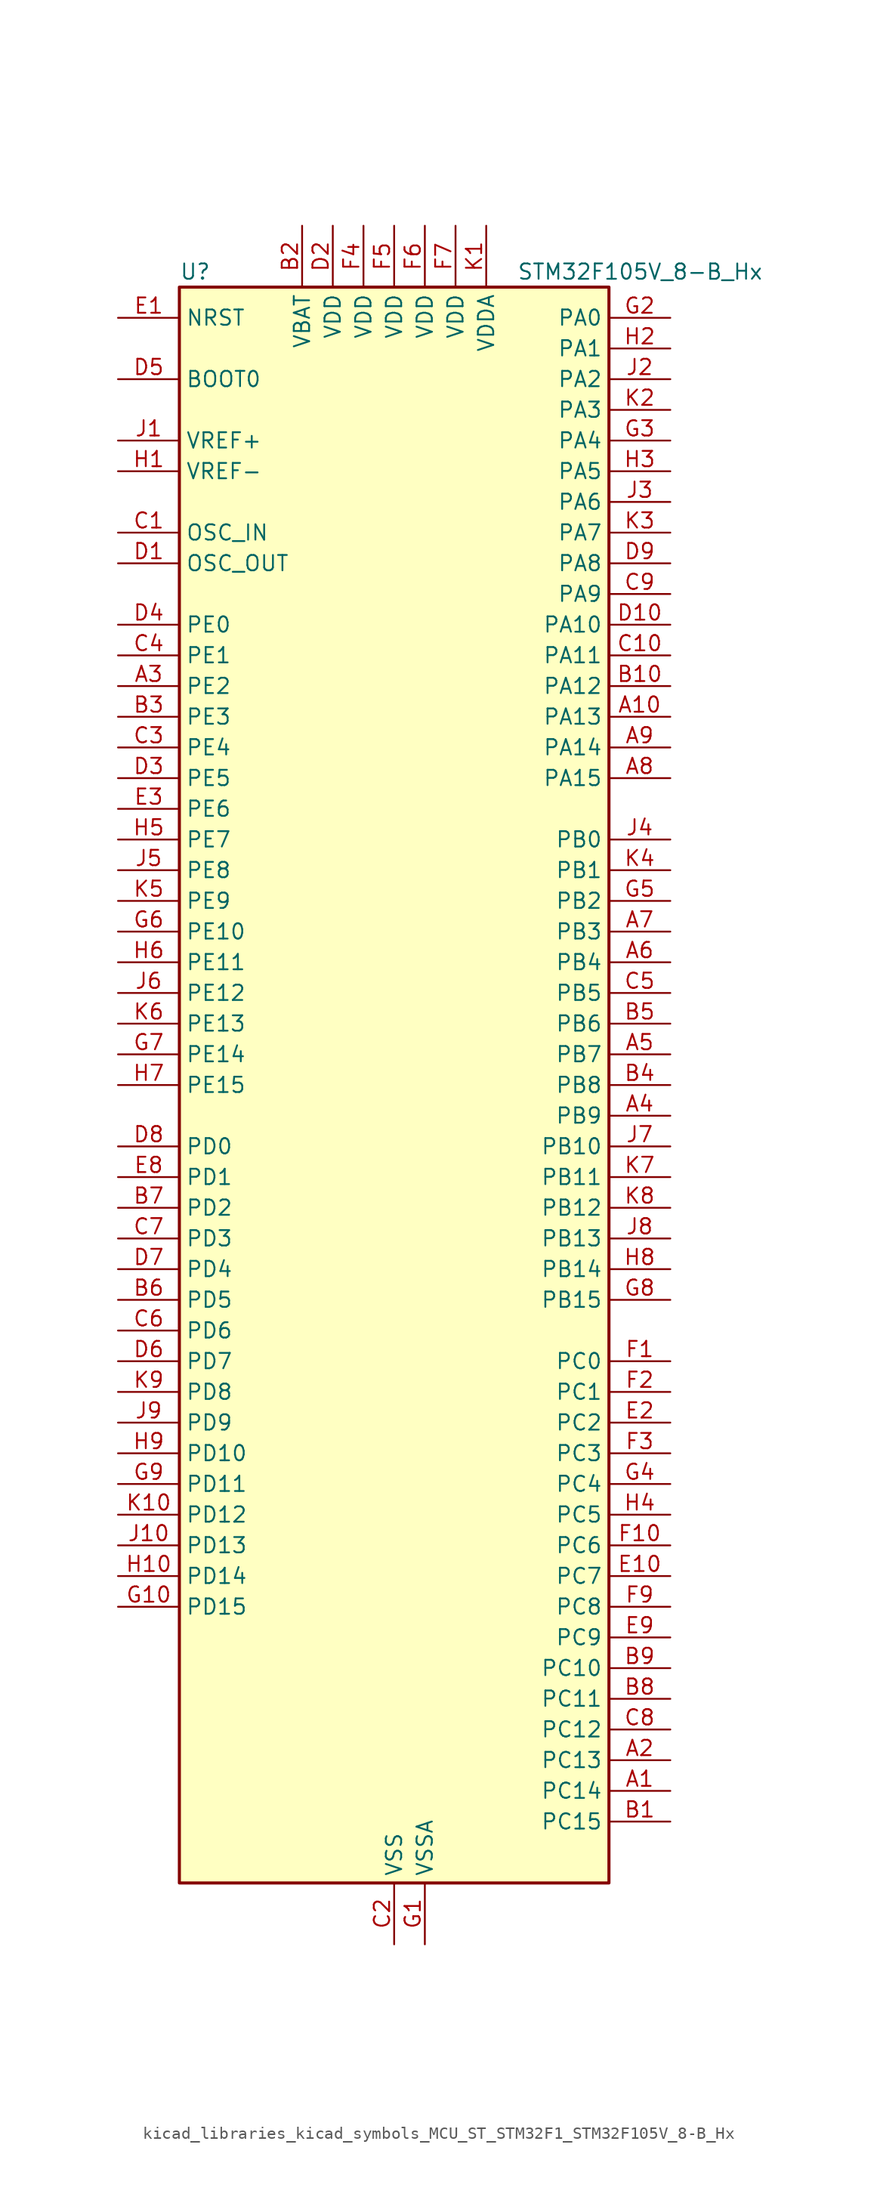
<source format=kicad_sym>
(kicad_symbol_lib
  (version 20220914)
  (generator kicad_symbol_editor)
  (symbol "kicad_libraries_kicad_symbols_MCU_ST_STM32F1_STM32F105V_8-B_Hx"
    (property "Reference" "U"
      (at -17.78 67.31 0)
      (effects (font (size 1.27 1.27)) (justify left)))
    (property "Value" "STM32F105V_8-B_Hx"
      (at 10.16 67.31 0)
      (effects (font (size 1.27 1.27)) (justify left)))
    (property "ki_locked" ""
      (at 0 0 0)
      (effects (font (size 1.27 1.27))))
    (symbol "kicad_libraries_kicad_symbols_MCU_ST_STM32F1_STM32F105V_8-B_Hx_0_1"
      (rectangle (start -17.78 -66.04) (end 17.78 66.04) (stroke (width 0.254) (type default)) (fill (type background))))
    (symbol "kicad_libraries_kicad_symbols_MCU_ST_STM32F1_STM32F105V_8-B_Hx_1_1"
      (pin bidirectional line (at 22.86 -58.42 180) (length 5.08) (name "PC14" (effects (font (size 1.27 1.27)))) (number "A1" (effects (font (size 1.27 1.27)))) (alternate "RCC_OSC32_IN" bidirectional line))
      (pin bidirectional line (at 22.86 30.48 180) (length 5.08) (name "PA13" (effects (font (size 1.27 1.27)))) (number "A10" (effects (font (size 1.27 1.27)))) (alternate "SYS_JTMS-SWDIO" bidirectional line))
      (pin bidirectional line (at 22.86 -55.88 180) (length 5.08) (name "PC13" (effects (font (size 1.27 1.27)))) (number "A2" (effects (font (size 1.27 1.27)))) (alternate "RTC_OUT" bidirectional line) (alternate "RTC_TAMPER" bidirectional line))
      (pin bidirectional line (at -22.86 33.02 0) (length 5.08) (name "PE2" (effects (font (size 1.27 1.27)))) (number "A3" (effects (font (size 1.27 1.27)))) (alternate "SYS_TRACECLK" bidirectional line))
      (pin bidirectional line (at 22.86 -2.54 180) (length 5.08) (name "PB9" (effects (font (size 1.27 1.27)))) (number "A4" (effects (font (size 1.27 1.27)))) (alternate "CAN1_TX" bidirectional line) (alternate "DAC_EXTI9" bidirectional line) (alternate "I2C1_SDA" bidirectional line) (alternate "TIM4_CH4" bidirectional line))
      (pin bidirectional line (at 22.86 2.54 180) (length 5.08) (name "PB7" (effects (font (size 1.27 1.27)))) (number "A5" (effects (font (size 1.27 1.27)))) (alternate "I2C1_SDA" bidirectional line) (alternate "TIM4_CH2" bidirectional line) (alternate "USART1_RX" bidirectional line))
      (pin bidirectional line (at 22.86 10.16 180) (length 5.08) (name "PB4" (effects (font (size 1.27 1.27)))) (number "A6" (effects (font (size 1.27 1.27)))) (alternate "SPI1_MISO" bidirectional line) (alternate "SPI3_MISO" bidirectional line) (alternate "SYS_NJTRST" bidirectional line) (alternate "TIM3_CH1" bidirectional line))
      (pin bidirectional line (at 22.86 12.7 180) (length 5.08) (name "PB3" (effects (font (size 1.27 1.27)))) (number "A7" (effects (font (size 1.27 1.27)))) (alternate "I2S3_CK" bidirectional line) (alternate "SPI1_SCK" bidirectional line) (alternate "SPI3_SCK" bidirectional line) (alternate "SYS_JTDO" bidirectional line) (alternate "SYS_TRACESWO" bidirectional line) (alternate "TIM2_CH2" bidirectional line))
      (pin bidirectional line (at 22.86 25.4 180) (length 5.08) (name "PA15" (effects (font (size 1.27 1.27)))) (number "A8" (effects (font (size 1.27 1.27)))) (alternate "ADC1_EXTI15" bidirectional line) (alternate "ADC2_EXTI15" bidirectional line) (alternate "I2S3_WS" bidirectional line) (alternate "SPI1_NSS" bidirectional line) (alternate "SPI3_NSS" bidirectional line) (alternate "SYS_JTDI" bidirectional line) (alternate "TIM2_CH1" bidirectional line) (alternate "TIM2_ETR" bidirectional line))
      (pin bidirectional line (at 22.86 27.94 180) (length 5.08) (name "PA14" (effects (font (size 1.27 1.27)))) (number "A9" (effects (font (size 1.27 1.27)))) (alternate "SYS_JTCK-SWCLK" bidirectional line))
      (pin bidirectional line (at 22.86 -60.96 180) (length 5.08) (name "PC15" (effects (font (size 1.27 1.27)))) (number "B1" (effects (font (size 1.27 1.27)))) (alternate "ADC1_EXTI15" bidirectional line) (alternate "ADC2_EXTI15" bidirectional line) (alternate "RCC_OSC32_OUT" bidirectional line))
      (pin bidirectional line (at 22.86 33.02 180) (length 5.08) (name "PA12" (effects (font (size 1.27 1.27)))) (number "B10" (effects (font (size 1.27 1.27)))) (alternate "CAN1_TX" bidirectional line) (alternate "TIM1_ETR" bidirectional line) (alternate "USART1_RTS" bidirectional line) (alternate "USB_OTG_FS_DP" bidirectional line))
      (pin power_in line (at -7.62 71.12 270) (length 5.08) (name "VBAT" (effects (font (size 1.27 1.27)))) (number "B2" (effects (font (size 1.27 1.27)))))
      (pin bidirectional line (at -22.86 30.48 0) (length 5.08) (name "PE3" (effects (font (size 1.27 1.27)))) (number "B3" (effects (font (size 1.27 1.27)))) (alternate "SYS_TRACED0" bidirectional line))
      (pin bidirectional line (at 22.86 0 180) (length 5.08) (name "PB8" (effects (font (size 1.27 1.27)))) (number "B4" (effects (font (size 1.27 1.27)))) (alternate "CAN1_RX" bidirectional line) (alternate "I2C1_SCL" bidirectional line) (alternate "TIM4_CH3" bidirectional line))
      (pin bidirectional line (at 22.86 5.08 180) (length 5.08) (name "PB6" (effects (font (size 1.27 1.27)))) (number "B5" (effects (font (size 1.27 1.27)))) (alternate "CAN2_TX" bidirectional line) (alternate "I2C1_SCL" bidirectional line) (alternate "TIM4_CH1" bidirectional line) (alternate "USART1_TX" bidirectional line))
      (pin bidirectional line (at -22.86 -17.78 0) (length 5.08) (name "PD5" (effects (font (size 1.27 1.27)))) (number "B6" (effects (font (size 1.27 1.27)))) (alternate "USART2_TX" bidirectional line))
      (pin bidirectional line (at -22.86 -10.16 0) (length 5.08) (name "PD2" (effects (font (size 1.27 1.27)))) (number "B7" (effects (font (size 1.27 1.27)))) (alternate "TIM3_ETR" bidirectional line) (alternate "UART5_RX" bidirectional line))
      (pin bidirectional line (at 22.86 -50.8 180) (length 5.08) (name "PC11" (effects (font (size 1.27 1.27)))) (number "B8" (effects (font (size 1.27 1.27)))) (alternate "ADC1_EXTI11" bidirectional line) (alternate "ADC2_EXTI11" bidirectional line) (alternate "SPI3_MISO" bidirectional line) (alternate "UART4_RX" bidirectional line) (alternate "USART3_RX" bidirectional line))
      (pin bidirectional line (at 22.86 -48.26 180) (length 5.08) (name "PC10" (effects (font (size 1.27 1.27)))) (number "B9" (effects (font (size 1.27 1.27)))) (alternate "I2S3_CK" bidirectional line) (alternate "SPI3_SCK" bidirectional line) (alternate "UART4_TX" bidirectional line) (alternate "USART3_TX" bidirectional line))
      (pin input line (at -22.86 45.72 0) (length 5.08) (name "OSC_IN" (effects (font (size 1.27 1.27)))) (number "C1" (effects (font (size 1.27 1.27)))) (alternate "RCC_OSC_IN" bidirectional line))
      (pin bidirectional line (at 22.86 35.56 180) (length 5.08) (name "PA11" (effects (font (size 1.27 1.27)))) (number "C10" (effects (font (size 1.27 1.27)))) (alternate "ADC1_EXTI11" bidirectional line) (alternate "ADC2_EXTI11" bidirectional line) (alternate "CAN1_RX" bidirectional line) (alternate "TIM1_CH4" bidirectional line) (alternate "USART1_CTS" bidirectional line) (alternate "USB_OTG_FS_DM" bidirectional line))
      (pin power_in line (at 0 -71.12 90) (length 5.08) (name "VSS" (effects (font (size 1.27 1.27)))) (number "C2" (effects (font (size 1.27 1.27)))))
      (pin bidirectional line (at -22.86 27.94 0) (length 5.08) (name "PE4" (effects (font (size 1.27 1.27)))) (number "C3" (effects (font (size 1.27 1.27)))) (alternate "SYS_TRACED1" bidirectional line))
      (pin bidirectional line (at -22.86 35.56 0) (length 5.08) (name "PE1" (effects (font (size 1.27 1.27)))) (number "C4" (effects (font (size 1.27 1.27)))))
      (pin bidirectional line (at 22.86 7.62 180) (length 5.08) (name "PB5" (effects (font (size 1.27 1.27)))) (number "C5" (effects (font (size 1.27 1.27)))) (alternate "CAN2_RX" bidirectional line) (alternate "I2C1_SMBA" bidirectional line) (alternate "I2S3_SD" bidirectional line) (alternate "SPI1_MOSI" bidirectional line) (alternate "SPI3_MOSI" bidirectional line) (alternate "TIM3_CH2" bidirectional line))
      (pin bidirectional line (at -22.86 -20.32 0) (length 5.08) (name "PD6" (effects (font (size 1.27 1.27)))) (number "C6" (effects (font (size 1.27 1.27)))) (alternate "USART2_RX" bidirectional line))
      (pin bidirectional line (at -22.86 -12.7 0) (length 5.08) (name "PD3" (effects (font (size 1.27 1.27)))) (number "C7" (effects (font (size 1.27 1.27)))) (alternate "USART2_CTS" bidirectional line))
      (pin bidirectional line (at 22.86 -53.34 180) (length 5.08) (name "PC12" (effects (font (size 1.27 1.27)))) (number "C8" (effects (font (size 1.27 1.27)))) (alternate "I2S3_SD" bidirectional line) (alternate "SPI3_MOSI" bidirectional line) (alternate "UART5_TX" bidirectional line) (alternate "USART3_CK" bidirectional line))
      (pin bidirectional line (at 22.86 40.64 180) (length 5.08) (name "PA9" (effects (font (size 1.27 1.27)))) (number "C9" (effects (font (size 1.27 1.27)))) (alternate "DAC_EXTI9" bidirectional line) (alternate "TIM1_CH2" bidirectional line) (alternate "USART1_TX" bidirectional line) (alternate "USB_OTG_FS_VBUS" bidirectional line))
      (pin input line (at -22.86 43.18 0) (length 5.08) (name "OSC_OUT" (effects (font (size 1.27 1.27)))) (number "D1" (effects (font (size 1.27 1.27)))) (alternate "RCC_OSC_OUT" bidirectional line))
      (pin bidirectional line (at 22.86 38.1 180) (length 5.08) (name "PA10" (effects (font (size 1.27 1.27)))) (number "D10" (effects (font (size 1.27 1.27)))) (alternate "TIM1_CH3" bidirectional line) (alternate "USART1_RX" bidirectional line) (alternate "USB_OTG_FS_ID" bidirectional line))
      (pin power_in line (at -5.08 71.12 270) (length 5.08) (name "VDD" (effects (font (size 1.27 1.27)))) (number "D2" (effects (font (size 1.27 1.27)))))
      (pin bidirectional line (at -22.86 25.4 0) (length 5.08) (name "PE5" (effects (font (size 1.27 1.27)))) (number "D3" (effects (font (size 1.27 1.27)))) (alternate "SYS_TRACED2" bidirectional line))
      (pin bidirectional line (at -22.86 38.1 0) (length 5.08) (name "PE0" (effects (font (size 1.27 1.27)))) (number "D4" (effects (font (size 1.27 1.27)))) (alternate "TIM4_ETR" bidirectional line))
      (pin input line (at -22.86 58.42 0) (length 5.08) (name "BOOT0" (effects (font (size 1.27 1.27)))) (number "D5" (effects (font (size 1.27 1.27)))))
      (pin bidirectional line (at -22.86 -22.86 0) (length 5.08) (name "PD7" (effects (font (size 1.27 1.27)))) (number "D6" (effects (font (size 1.27 1.27)))) (alternate "USART2_CK" bidirectional line))
      (pin bidirectional line (at -22.86 -15.24 0) (length 5.08) (name "PD4" (effects (font (size 1.27 1.27)))) (number "D7" (effects (font (size 1.27 1.27)))) (alternate "USART2_RTS" bidirectional line))
      (pin bidirectional line (at -22.86 -5.08 0) (length 5.08) (name "PD0" (effects (font (size 1.27 1.27)))) (number "D8" (effects (font (size 1.27 1.27)))) (alternate "CAN1_RX" bidirectional line))
      (pin bidirectional line (at 22.86 43.18 180) (length 5.08) (name "PA8" (effects (font (size 1.27 1.27)))) (number "D9" (effects (font (size 1.27 1.27)))) (alternate "RCC_MCO" bidirectional line) (alternate "TIM1_CH1" bidirectional line) (alternate "USART1_CK" bidirectional line) (alternate "USB_OTG_FS_SOF" bidirectional line))
      (pin input line (at -22.86 63.5 0) (length 5.08) (name "NRST" (effects (font (size 1.27 1.27)))) (number "E1" (effects (font (size 1.27 1.27)))))
      (pin bidirectional line (at 22.86 -40.64 180) (length 5.08) (name "PC7" (effects (font (size 1.27 1.27)))) (number "E10" (effects (font (size 1.27 1.27)))) (alternate "I2S3_MCK" bidirectional line) (alternate "TIM3_CH2" bidirectional line))
      (pin bidirectional line (at 22.86 -27.94 180) (length 5.08) (name "PC2" (effects (font (size 1.27 1.27)))) (number "E2" (effects (font (size 1.27 1.27)))) (alternate "ADC1_IN12" bidirectional line) (alternate "ADC2_IN12" bidirectional line))
      (pin bidirectional line (at -22.86 22.86 0) (length 5.08) (name "PE6" (effects (font (size 1.27 1.27)))) (number "E3" (effects (font (size 1.27 1.27)))) (alternate "SYS_TRACED3" bidirectional line))
      (pin passive line (at 0 -71.12 90) (length 5.08) hide (name "VSS" (effects (font (size 1.27 1.27)))) (number "E4" (effects (font (size 1.27 1.27)))))
      (pin passive line (at 0 -71.12 90) (length 5.08) hide (name "VSS" (effects (font (size 1.27 1.27)))) (number "E5" (effects (font (size 1.27 1.27)))))
      (pin passive line (at 0 -71.12 90) (length 5.08) hide (name "VSS" (effects (font (size 1.27 1.27)))) (number "E6" (effects (font (size 1.27 1.27)))))
      (pin passive line (at 0 -71.12 90) (length 5.08) hide (name "VSS" (effects (font (size 1.27 1.27)))) (number "E7" (effects (font (size 1.27 1.27)))))
      (pin bidirectional line (at -22.86 -7.62 0) (length 5.08) (name "PD1" (effects (font (size 1.27 1.27)))) (number "E8" (effects (font (size 1.27 1.27)))) (alternate "CAN1_TX" bidirectional line))
      (pin bidirectional line (at 22.86 -45.72 180) (length 5.08) (name "PC9" (effects (font (size 1.27 1.27)))) (number "E9" (effects (font (size 1.27 1.27)))) (alternate "DAC_EXTI9" bidirectional line) (alternate "TIM3_CH4" bidirectional line))
      (pin bidirectional line (at 22.86 -22.86 180) (length 5.08) (name "PC0" (effects (font (size 1.27 1.27)))) (number "F1" (effects (font (size 1.27 1.27)))) (alternate "ADC1_IN10" bidirectional line) (alternate "ADC2_IN10" bidirectional line))
      (pin bidirectional line (at 22.86 -38.1 180) (length 5.08) (name "PC6" (effects (font (size 1.27 1.27)))) (number "F10" (effects (font (size 1.27 1.27)))) (alternate "I2S2_MCK" bidirectional line) (alternate "TIM3_CH1" bidirectional line))
      (pin bidirectional line (at 22.86 -25.4 180) (length 5.08) (name "PC1" (effects (font (size 1.27 1.27)))) (number "F2" (effects (font (size 1.27 1.27)))) (alternate "ADC1_IN11" bidirectional line) (alternate "ADC2_IN11" bidirectional line))
      (pin bidirectional line (at 22.86 -30.48 180) (length 5.08) (name "PC3" (effects (font (size 1.27 1.27)))) (number "F3" (effects (font (size 1.27 1.27)))) (alternate "ADC1_IN13" bidirectional line) (alternate "ADC2_IN13" bidirectional line))
      (pin power_in line (at -2.54 71.12 270) (length 5.08) (name "VDD" (effects (font (size 1.27 1.27)))) (number "F4" (effects (font (size 1.27 1.27)))))
      (pin power_in line (at 0 71.12 270) (length 5.08) (name "VDD" (effects (font (size 1.27 1.27)))) (number "F5" (effects (font (size 1.27 1.27)))))
      (pin power_in line (at 2.54 71.12 270) (length 5.08) (name "VDD" (effects (font (size 1.27 1.27)))) (number "F6" (effects (font (size 1.27 1.27)))))
      (pin power_in line (at 5.08 71.12 270) (length 5.08) (name "VDD" (effects (font (size 1.27 1.27)))) (number "F7" (effects (font (size 1.27 1.27)))))
      (pin no_connect line (at -17.78 -66.04 0) (length 5.08) hide (name "NC" (effects (font (size 1.27 1.27)))) (number "F8" (effects (font (size 1.27 1.27)))))
      (pin bidirectional line (at 22.86 -43.18 180) (length 5.08) (name "PC8" (effects (font (size 1.27 1.27)))) (number "F9" (effects (font (size 1.27 1.27)))) (alternate "TIM3_CH3" bidirectional line))
      (pin power_in line (at 2.54 -71.12 90) (length 5.08) (name "VSSA" (effects (font (size 1.27 1.27)))) (number "G1" (effects (font (size 1.27 1.27)))))
      (pin bidirectional line (at -22.86 -43.18 0) (length 5.08) (name "PD15" (effects (font (size 1.27 1.27)))) (number "G10" (effects (font (size 1.27 1.27)))) (alternate "ADC1_EXTI15" bidirectional line) (alternate "ADC2_EXTI15" bidirectional line) (alternate "TIM4_CH4" bidirectional line))
      (pin bidirectional line (at 22.86 63.5 180) (length 5.08) (name "PA0" (effects (font (size 1.27 1.27)))) (number "G2" (effects (font (size 1.27 1.27)))) (alternate "ADC1_IN0" bidirectional line) (alternate "ADC2_IN0" bidirectional line) (alternate "SYS_WKUP" bidirectional line) (alternate "TIM2_CH1" bidirectional line) (alternate "TIM2_ETR" bidirectional line) (alternate "TIM5_CH1" bidirectional line) (alternate "USART2_CTS" bidirectional line))
      (pin bidirectional line (at 22.86 53.34 180) (length 5.08) (name "PA4" (effects (font (size 1.27 1.27)))) (number "G3" (effects (font (size 1.27 1.27)))) (alternate "ADC1_IN4" bidirectional line) (alternate "ADC2_IN4" bidirectional line) (alternate "DAC_OUT1" bidirectional line) (alternate "I2S3_WS" bidirectional line) (alternate "SPI1_NSS" bidirectional line) (alternate "SPI3_NSS" bidirectional line) (alternate "USART2_CK" bidirectional line))
      (pin bidirectional line (at 22.86 -33.02 180) (length 5.08) (name "PC4" (effects (font (size 1.27 1.27)))) (number "G4" (effects (font (size 1.27 1.27)))) (alternate "ADC1_IN14" bidirectional line) (alternate "ADC2_IN14" bidirectional line))
      (pin bidirectional line (at 22.86 15.24 180) (length 5.08) (name "PB2" (effects (font (size 1.27 1.27)))) (number "G5" (effects (font (size 1.27 1.27)))))
      (pin bidirectional line (at -22.86 12.7 0) (length 5.08) (name "PE10" (effects (font (size 1.27 1.27)))) (number "G6" (effects (font (size 1.27 1.27)))) (alternate "TIM1_CH2N" bidirectional line))
      (pin bidirectional line (at -22.86 2.54 0) (length 5.08) (name "PE14" (effects (font (size 1.27 1.27)))) (number "G7" (effects (font (size 1.27 1.27)))) (alternate "TIM1_CH4" bidirectional line))
      (pin bidirectional line (at 22.86 -17.78 180) (length 5.08) (name "PB15" (effects (font (size 1.27 1.27)))) (number "G8" (effects (font (size 1.27 1.27)))) (alternate "ADC1_EXTI15" bidirectional line) (alternate "ADC2_EXTI15" bidirectional line) (alternate "I2S2_SD" bidirectional line) (alternate "SPI2_MOSI" bidirectional line) (alternate "TIM1_CH3N" bidirectional line))
      (pin bidirectional line (at -22.86 -33.02 0) (length 5.08) (name "PD11" (effects (font (size 1.27 1.27)))) (number "G9" (effects (font (size 1.27 1.27)))) (alternate "ADC1_EXTI11" bidirectional line) (alternate "ADC2_EXTI11" bidirectional line) (alternate "USART3_CTS" bidirectional line))
      (pin input line (at -22.86 50.8 0) (length 5.08) (name "VREF-" (effects (font (size 1.27 1.27)))) (number "H1" (effects (font (size 1.27 1.27)))))
      (pin bidirectional line (at -22.86 -40.64 0) (length 5.08) (name "PD14" (effects (font (size 1.27 1.27)))) (number "H10" (effects (font (size 1.27 1.27)))) (alternate "TIM4_CH3" bidirectional line))
      (pin bidirectional line (at 22.86 60.96 180) (length 5.08) (name "PA1" (effects (font (size 1.27 1.27)))) (number "H2" (effects (font (size 1.27 1.27)))) (alternate "ADC1_IN1" bidirectional line) (alternate "ADC2_IN1" bidirectional line) (alternate "TIM2_CH2" bidirectional line) (alternate "TIM5_CH2" bidirectional line) (alternate "USART2_RTS" bidirectional line))
      (pin bidirectional line (at 22.86 50.8 180) (length 5.08) (name "PA5" (effects (font (size 1.27 1.27)))) (number "H3" (effects (font (size 1.27 1.27)))) (alternate "ADC1_IN5" bidirectional line) (alternate "ADC2_IN5" bidirectional line) (alternate "DAC_OUT2" bidirectional line) (alternate "SPI1_SCK" bidirectional line))
      (pin bidirectional line (at 22.86 -35.56 180) (length 5.08) (name "PC5" (effects (font (size 1.27 1.27)))) (number "H4" (effects (font (size 1.27 1.27)))) (alternate "ADC1_IN15" bidirectional line) (alternate "ADC2_IN15" bidirectional line))
      (pin bidirectional line (at -22.86 20.32 0) (length 5.08) (name "PE7" (effects (font (size 1.27 1.27)))) (number "H5" (effects (font (size 1.27 1.27)))) (alternate "TIM1_ETR" bidirectional line))
      (pin bidirectional line (at -22.86 10.16 0) (length 5.08) (name "PE11" (effects (font (size 1.27 1.27)))) (number "H6" (effects (font (size 1.27 1.27)))) (alternate "ADC1_EXTI11" bidirectional line) (alternate "ADC2_EXTI11" bidirectional line) (alternate "TIM1_CH2" bidirectional line))
      (pin bidirectional line (at -22.86 0 0) (length 5.08) (name "PE15" (effects (font (size 1.27 1.27)))) (number "H7" (effects (font (size 1.27 1.27)))) (alternate "ADC1_EXTI15" bidirectional line) (alternate "ADC2_EXTI15" bidirectional line) (alternate "TIM1_BKIN" bidirectional line))
      (pin bidirectional line (at 22.86 -15.24 180) (length 5.08) (name "PB14" (effects (font (size 1.27 1.27)))) (number "H8" (effects (font (size 1.27 1.27)))) (alternate "SPI2_MISO" bidirectional line) (alternate "TIM1_CH2N" bidirectional line) (alternate "USART3_RTS" bidirectional line))
      (pin bidirectional line (at -22.86 -30.48 0) (length 5.08) (name "PD10" (effects (font (size 1.27 1.27)))) (number "H9" (effects (font (size 1.27 1.27)))) (alternate "USART3_CK" bidirectional line))
      (pin input line (at -22.86 53.34 0) (length 5.08) (name "VREF+" (effects (font (size 1.27 1.27)))) (number "J1" (effects (font (size 1.27 1.27)))))
      (pin bidirectional line (at -22.86 -38.1 0) (length 5.08) (name "PD13" (effects (font (size 1.27 1.27)))) (number "J10" (effects (font (size 1.27 1.27)))) (alternate "TIM4_CH2" bidirectional line))
      (pin bidirectional line (at 22.86 58.42 180) (length 5.08) (name "PA2" (effects (font (size 1.27 1.27)))) (number "J2" (effects (font (size 1.27 1.27)))) (alternate "ADC1_IN2" bidirectional line) (alternate "ADC2_IN2" bidirectional line) (alternate "TIM2_CH3" bidirectional line) (alternate "TIM5_CH3" bidirectional line) (alternate "USART2_TX" bidirectional line))
      (pin bidirectional line (at 22.86 48.26 180) (length 5.08) (name "PA6" (effects (font (size 1.27 1.27)))) (number "J3" (effects (font (size 1.27 1.27)))) (alternate "ADC1_IN6" bidirectional line) (alternate "ADC2_IN6" bidirectional line) (alternate "SPI1_MISO" bidirectional line) (alternate "TIM1_BKIN" bidirectional line) (alternate "TIM3_CH1" bidirectional line))
      (pin bidirectional line (at 22.86 20.32 180) (length 5.08) (name "PB0" (effects (font (size 1.27 1.27)))) (number "J4" (effects (font (size 1.27 1.27)))) (alternate "ADC1_IN8" bidirectional line) (alternate "ADC2_IN8" bidirectional line) (alternate "TIM1_CH2N" bidirectional line) (alternate "TIM3_CH3" bidirectional line))
      (pin bidirectional line (at -22.86 17.78 0) (length 5.08) (name "PE8" (effects (font (size 1.27 1.27)))) (number "J5" (effects (font (size 1.27 1.27)))) (alternate "TIM1_CH1N" bidirectional line))
      (pin bidirectional line (at -22.86 7.62 0) (length 5.08) (name "PE12" (effects (font (size 1.27 1.27)))) (number "J6" (effects (font (size 1.27 1.27)))) (alternate "TIM1_CH3N" bidirectional line))
      (pin bidirectional line (at 22.86 -5.08 180) (length 5.08) (name "PB10" (effects (font (size 1.27 1.27)))) (number "J7" (effects (font (size 1.27 1.27)))) (alternate "I2C2_SCL" bidirectional line) (alternate "TIM2_CH3" bidirectional line) (alternate "USART3_TX" bidirectional line))
      (pin bidirectional line (at 22.86 -12.7 180) (length 5.08) (name "PB13" (effects (font (size 1.27 1.27)))) (number "J8" (effects (font (size 1.27 1.27)))) (alternate "CAN2_TX" bidirectional line) (alternate "I2S2_CK" bidirectional line) (alternate "SPI2_SCK" bidirectional line) (alternate "TIM1_CH1N" bidirectional line) (alternate "USART3_CTS" bidirectional line))
      (pin bidirectional line (at -22.86 -27.94 0) (length 5.08) (name "PD9" (effects (font (size 1.27 1.27)))) (number "J9" (effects (font (size 1.27 1.27)))) (alternate "DAC_EXTI9" bidirectional line) (alternate "USART3_RX" bidirectional line))
      (pin power_in line (at 7.62 71.12 270) (length 5.08) (name "VDDA" (effects (font (size 1.27 1.27)))) (number "K1" (effects (font (size 1.27 1.27)))))
      (pin bidirectional line (at -22.86 -35.56 0) (length 5.08) (name "PD12" (effects (font (size 1.27 1.27)))) (number "K10" (effects (font (size 1.27 1.27)))) (alternate "TIM4_CH1" bidirectional line) (alternate "USART3_RTS" bidirectional line))
      (pin bidirectional line (at 22.86 55.88 180) (length 5.08) (name "PA3" (effects (font (size 1.27 1.27)))) (number "K2" (effects (font (size 1.27 1.27)))) (alternate "ADC1_IN3" bidirectional line) (alternate "ADC2_IN3" bidirectional line) (alternate "TIM2_CH4" bidirectional line) (alternate "TIM5_CH4" bidirectional line) (alternate "USART2_RX" bidirectional line))
      (pin bidirectional line (at 22.86 45.72 180) (length 5.08) (name "PA7" (effects (font (size 1.27 1.27)))) (number "K3" (effects (font (size 1.27 1.27)))) (alternate "ADC1_IN7" bidirectional line) (alternate "ADC2_IN7" bidirectional line) (alternate "SPI1_MOSI" bidirectional line) (alternate "TIM1_CH1N" bidirectional line) (alternate "TIM3_CH2" bidirectional line))
      (pin bidirectional line (at 22.86 17.78 180) (length 5.08) (name "PB1" (effects (font (size 1.27 1.27)))) (number "K4" (effects (font (size 1.27 1.27)))) (alternate "ADC1_IN9" bidirectional line) (alternate "ADC2_IN9" bidirectional line) (alternate "TIM1_CH3N" bidirectional line) (alternate "TIM3_CH4" bidirectional line))
      (pin bidirectional line (at -22.86 15.24 0) (length 5.08) (name "PE9" (effects (font (size 1.27 1.27)))) (number "K5" (effects (font (size 1.27 1.27)))) (alternate "DAC_EXTI9" bidirectional line) (alternate "TIM1_CH1" bidirectional line))
      (pin bidirectional line (at -22.86 5.08 0) (length 5.08) (name "PE13" (effects (font (size 1.27 1.27)))) (number "K6" (effects (font (size 1.27 1.27)))) (alternate "TIM1_CH3" bidirectional line))
      (pin bidirectional line (at 22.86 -7.62 180) (length 5.08) (name "PB11" (effects (font (size 1.27 1.27)))) (number "K7" (effects (font (size 1.27 1.27)))) (alternate "ADC1_EXTI11" bidirectional line) (alternate "ADC2_EXTI11" bidirectional line) (alternate "I2C2_SDA" bidirectional line) (alternate "TIM2_CH4" bidirectional line) (alternate "USART3_RX" bidirectional line))
      (pin bidirectional line (at 22.86 -10.16 180) (length 5.08) (name "PB12" (effects (font (size 1.27 1.27)))) (number "K8" (effects (font (size 1.27 1.27)))) (alternate "CAN2_RX" bidirectional line) (alternate "I2C2_SMBA" bidirectional line) (alternate "I2S2_WS" bidirectional line) (alternate "SPI2_NSS" bidirectional line) (alternate "TIM1_BKIN" bidirectional line) (alternate "USART3_CK" bidirectional line))
      (pin bidirectional line (at -22.86 -25.4 0) (length 5.08) (name "PD8" (effects (font (size 1.27 1.27)))) (number "K9" (effects (font (size 1.27 1.27)))) (alternate "USART3_TX" bidirectional line)))))
</source>
